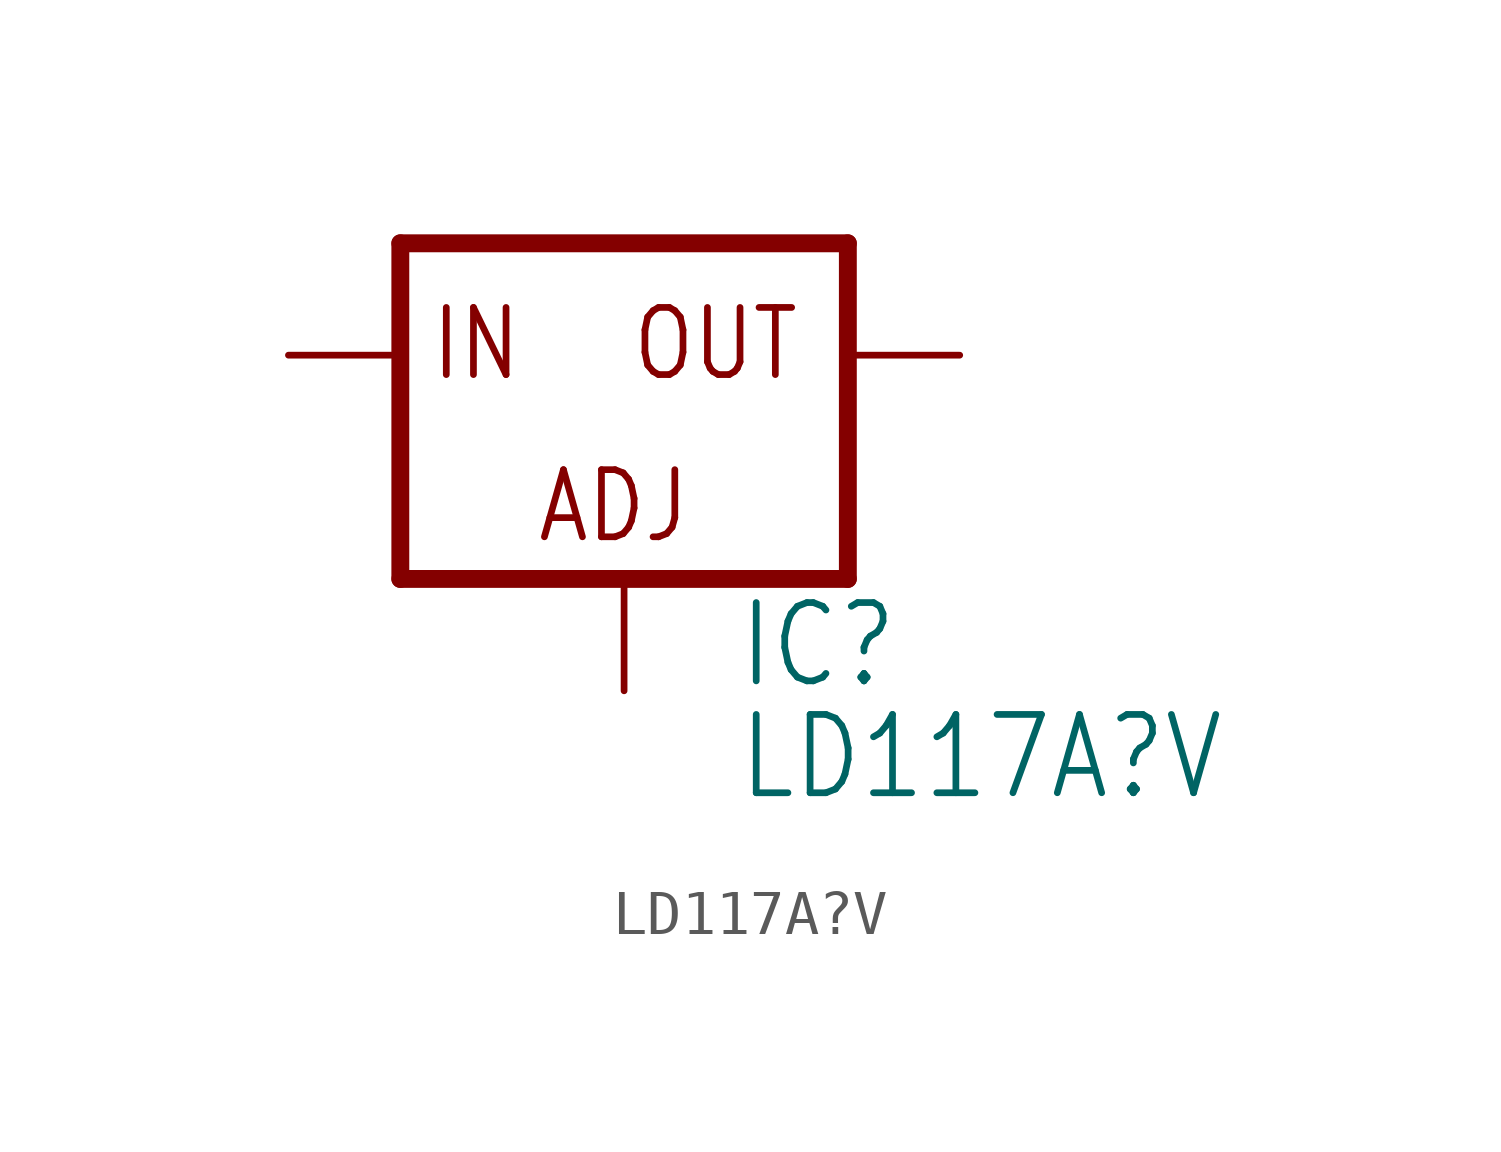
<source format=kicad_sym>
(kicad_symbol_lib
  (version 20211014)
  (generator kicad_symbol_editor)
  (symbol "LD117A?V"
    (property "Reference" "IC"
      (at 2.54 -7.62 0)
      (effects (font (size 1.778 1.511)) (justify left bottom)))
    (property "Value" "LD117A?V"
      (at 2.54 -10.16 0)
      (effects (font (size 1.778 1.511)) (justify left bottom)))
    (property "ki_locked" ""
      (at 0 0 0)
      (effects (font (size 1.27 1.27))))
    (symbol "LD117A?V_1_0"
      (polyline (pts (xy -5.08 -5.08) (xy 5.08 -5.08)) (stroke (width 0.406) (type default) (color 0 0 0 0)) (fill (type none)))
      (polyline (pts (xy -5.08 2.54) (xy -5.08 -5.08)) (stroke (width 0.406) (type default) (color 0 0 0 0)) (fill (type none)))
      (polyline (pts (xy 5.08 -5.08) (xy 5.08 2.54)) (stroke (width 0.406) (type default) (color 0 0 0 0)) (fill (type none)))
      (polyline (pts (xy 5.08 2.54) (xy -5.08 2.54)) (stroke (width 0.406) (type default) (color 0 0 0 0)) (fill (type none)))
      (text "ADJ" (at -2.032 -4.318 0) (effects (font (size 1.524 1.295)) (justify left bottom)))
      (text "IN" (at -4.445 -0.635 0) (effects (font (size 1.524 1.295)) (justify left bottom)))
      (text "OUT" (at 0.127 -0.635 0) (effects (font (size 1.524 1.295)) (justify left bottom)))
      (pin input line (at 0 -7.62 90) (length 2.54) (name "ADJ" (effects (font (size 0 0)))) (number "1" (effects (font (size 0 0)))))
      (pin passive line (at 7.62 0 180) (length 2.54) (name "OUT" (effects (font (size 0 0)))) (number "2" (effects (font (size 0 0)))))
      (pin input line (at -7.62 0 0) (length 2.54) (name "IN" (effects (font (size 0 0)))) (number "3" (effects (font (size 0 0))))))))
</source>
